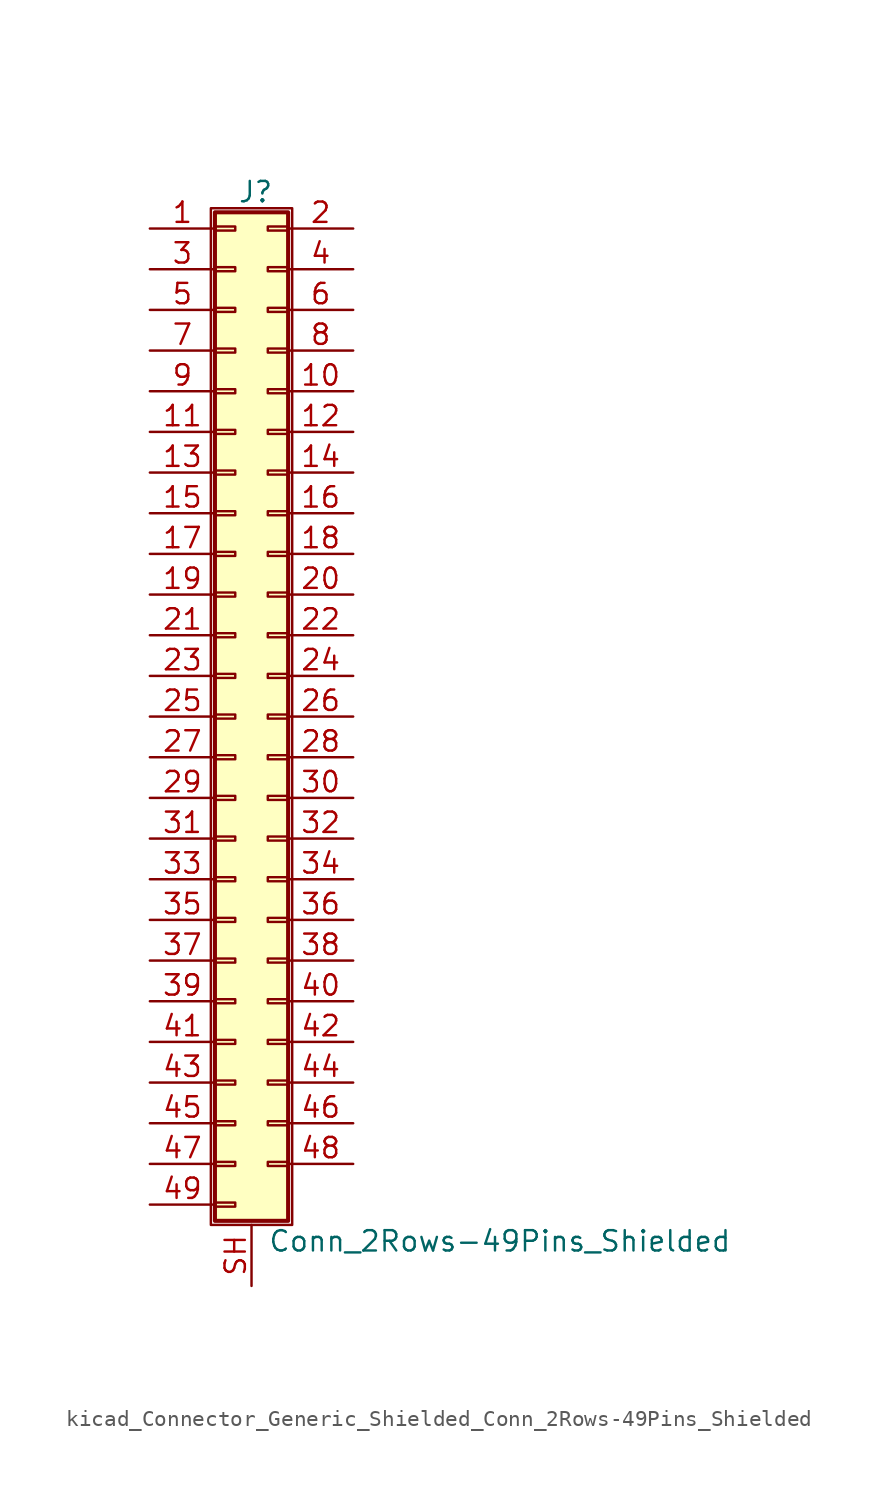
<source format=kicad_sym>
(kicad_symbol_lib
  (version 20220914)
  (generator kicad_symbol_editor)
  (symbol "kicad_Connector_Generic_Shielded_Conn_2Rows-49Pins_Shielded"
    (pin_names
      (offset 1.016) hide)
    (property "Reference" "J"
      (at 1.524 32.766 0)
      (effects (font (size 1.27 1.27))))
    (property "Value" "Conn_2Rows-49Pins_Shielded"
      (at 2.286 -32.766 0)
      (effects (font (size 1.27 1.27)) (justify left)))
    (symbol "kicad_Connector_Generic_Shielded_Conn_2Rows-49Pins_Shielded_1_1"
      (rectangle (start -1.27 31.75) (end 3.81 -31.75) (stroke (width 0.152) (type default)) (fill (type none)))
      (rectangle (start -1.016 -30.353) (end 0.254 -30.607) (stroke (width 0.152) (type default)) (fill (type none)))
      (rectangle (start -1.016 -27.813) (end 0.254 -28.067) (stroke (width 0.152) (type default)) (fill (type none)))
      (rectangle (start -1.016 -25.273) (end 0.254 -25.527) (stroke (width 0.152) (type default)) (fill (type none)))
      (rectangle (start -1.016 -22.733) (end 0.254 -22.987) (stroke (width 0.152) (type default)) (fill (type none)))
      (rectangle (start -1.016 -20.193) (end 0.254 -20.447) (stroke (width 0.152) (type default)) (fill (type none)))
      (rectangle (start -1.016 -17.653) (end 0.254 -17.907) (stroke (width 0.152) (type default)) (fill (type none)))
      (rectangle (start -1.016 -15.113) (end 0.254 -15.367) (stroke (width 0.152) (type default)) (fill (type none)))
      (rectangle (start -1.016 -12.573) (end 0.254 -12.827) (stroke (width 0.152) (type default)) (fill (type none)))
      (rectangle (start -1.016 -10.033) (end 0.254 -10.287) (stroke (width 0.152) (type default)) (fill (type none)))
      (rectangle (start -1.016 -7.493) (end 0.254 -7.747) (stroke (width 0.152) (type default)) (fill (type none)))
      (rectangle (start -1.016 -4.953) (end 0.254 -5.207) (stroke (width 0.152) (type default)) (fill (type none)))
      (rectangle (start -1.016 -2.413) (end 0.254 -2.667) (stroke (width 0.152) (type default)) (fill (type none)))
      (rectangle (start -1.016 0.127) (end 0.254 -0.127) (stroke (width 0.152) (type default)) (fill (type none)))
      (rectangle (start -1.016 2.667) (end 0.254 2.413) (stroke (width 0.152) (type default)) (fill (type none)))
      (rectangle (start -1.016 5.207) (end 0.254 4.953) (stroke (width 0.152) (type default)) (fill (type none)))
      (rectangle (start -1.016 7.747) (end 0.254 7.493) (stroke (width 0.152) (type default)) (fill (type none)))
      (rectangle (start -1.016 10.287) (end 0.254 10.033) (stroke (width 0.152) (type default)) (fill (type none)))
      (rectangle (start -1.016 12.827) (end 0.254 12.573) (stroke (width 0.152) (type default)) (fill (type none)))
      (rectangle (start -1.016 15.367) (end 0.254 15.113) (stroke (width 0.152) (type default)) (fill (type none)))
      (rectangle (start -1.016 17.907) (end 0.254 17.653) (stroke (width 0.152) (type default)) (fill (type none)))
      (rectangle (start -1.016 20.447) (end 0.254 20.193) (stroke (width 0.152) (type default)) (fill (type none)))
      (rectangle (start -1.016 22.987) (end 0.254 22.733) (stroke (width 0.152) (type default)) (fill (type none)))
      (rectangle (start -1.016 25.527) (end 0.254 25.273) (stroke (width 0.152) (type default)) (fill (type none)))
      (rectangle (start -1.016 28.067) (end 0.254 27.813) (stroke (width 0.152) (type default)) (fill (type none)))
      (rectangle (start -1.016 30.607) (end 0.254 30.353) (stroke (width 0.152) (type default)) (fill (type none)))
      (rectangle (start -1.016 31.496) (end 3.556 -31.496) (stroke (width 0.254) (type default)) (fill (type background)))
      (rectangle (start 3.556 -27.813) (end 2.286 -28.067) (stroke (width 0.152) (type default)) (fill (type none)))
      (rectangle (start 3.556 -25.273) (end 2.286 -25.527) (stroke (width 0.152) (type default)) (fill (type none)))
      (rectangle (start 3.556 -22.733) (end 2.286 -22.987) (stroke (width 0.152) (type default)) (fill (type none)))
      (rectangle (start 3.556 -20.193) (end 2.286 -20.447) (stroke (width 0.152) (type default)) (fill (type none)))
      (rectangle (start 3.556 -17.653) (end 2.286 -17.907) (stroke (width 0.152) (type default)) (fill (type none)))
      (rectangle (start 3.556 -15.113) (end 2.286 -15.367) (stroke (width 0.152) (type default)) (fill (type none)))
      (rectangle (start 3.556 -12.573) (end 2.286 -12.827) (stroke (width 0.152) (type default)) (fill (type none)))
      (rectangle (start 3.556 -10.033) (end 2.286 -10.287) (stroke (width 0.152) (type default)) (fill (type none)))
      (rectangle (start 3.556 -7.493) (end 2.286 -7.747) (stroke (width 0.152) (type default)) (fill (type none)))
      (rectangle (start 3.556 -4.953) (end 2.286 -5.207) (stroke (width 0.152) (type default)) (fill (type none)))
      (rectangle (start 3.556 -2.413) (end 2.286 -2.667) (stroke (width 0.152) (type default)) (fill (type none)))
      (rectangle (start 3.556 0.127) (end 2.286 -0.127) (stroke (width 0.152) (type default)) (fill (type none)))
      (rectangle (start 3.556 2.667) (end 2.286 2.413) (stroke (width 0.152) (type default)) (fill (type none)))
      (rectangle (start 3.556 5.207) (end 2.286 4.953) (stroke (width 0.152) (type default)) (fill (type none)))
      (rectangle (start 3.556 7.747) (end 2.286 7.493) (stroke (width 0.152) (type default)) (fill (type none)))
      (rectangle (start 3.556 10.287) (end 2.286 10.033) (stroke (width 0.152) (type default)) (fill (type none)))
      (rectangle (start 3.556 12.827) (end 2.286 12.573) (stroke (width 0.152) (type default)) (fill (type none)))
      (rectangle (start 3.556 15.367) (end 2.286 15.113) (stroke (width 0.152) (type default)) (fill (type none)))
      (rectangle (start 3.556 17.907) (end 2.286 17.653) (stroke (width 0.152) (type default)) (fill (type none)))
      (rectangle (start 3.556 20.447) (end 2.286 20.193) (stroke (width 0.152) (type default)) (fill (type none)))
      (rectangle (start 3.556 22.987) (end 2.286 22.733) (stroke (width 0.152) (type default)) (fill (type none)))
      (rectangle (start 3.556 25.527) (end 2.286 25.273) (stroke (width 0.152) (type default)) (fill (type none)))
      (rectangle (start 3.556 28.067) (end 2.286 27.813) (stroke (width 0.152) (type default)) (fill (type none)))
      (rectangle (start 3.556 30.607) (end 2.286 30.353) (stroke (width 0.152) (type default)) (fill (type none)))
      (pin passive line (at -5.08 30.48 0) (length 4.064) (name "Pin_1" (effects (font (size 1.27 1.27)))) (number "1" (effects (font (size 1.27 1.27)))))
      (pin passive line (at 7.62 20.32 180) (length 4.064) (name "Pin_10" (effects (font (size 1.27 1.27)))) (number "10" (effects (font (size 1.27 1.27)))))
      (pin passive line (at -5.08 17.78 0) (length 4.064) (name "Pin_11" (effects (font (size 1.27 1.27)))) (number "11" (effects (font (size 1.27 1.27)))))
      (pin passive line (at 7.62 17.78 180) (length 4.064) (name "Pin_12" (effects (font (size 1.27 1.27)))) (number "12" (effects (font (size 1.27 1.27)))))
      (pin passive line (at -5.08 15.24 0) (length 4.064) (name "Pin_13" (effects (font (size 1.27 1.27)))) (number "13" (effects (font (size 1.27 1.27)))))
      (pin passive line (at 7.62 15.24 180) (length 4.064) (name "Pin_14" (effects (font (size 1.27 1.27)))) (number "14" (effects (font (size 1.27 1.27)))))
      (pin passive line (at -5.08 12.7 0) (length 4.064) (name "Pin_15" (effects (font (size 1.27 1.27)))) (number "15" (effects (font (size 1.27 1.27)))))
      (pin passive line (at 7.62 12.7 180) (length 4.064) (name "Pin_16" (effects (font (size 1.27 1.27)))) (number "16" (effects (font (size 1.27 1.27)))))
      (pin passive line (at -5.08 10.16 0) (length 4.064) (name "Pin_17" (effects (font (size 1.27 1.27)))) (number "17" (effects (font (size 1.27 1.27)))))
      (pin passive line (at 7.62 10.16 180) (length 4.064) (name "Pin_18" (effects (font (size 1.27 1.27)))) (number "18" (effects (font (size 1.27 1.27)))))
      (pin passive line (at -5.08 7.62 0) (length 4.064) (name "Pin_19" (effects (font (size 1.27 1.27)))) (number "19" (effects (font (size 1.27 1.27)))))
      (pin passive line (at 7.62 30.48 180) (length 4.064) (name "Pin_2" (effects (font (size 1.27 1.27)))) (number "2" (effects (font (size 1.27 1.27)))))
      (pin passive line (at 7.62 7.62 180) (length 4.064) (name "Pin_20" (effects (font (size 1.27 1.27)))) (number "20" (effects (font (size 1.27 1.27)))))
      (pin passive line (at -5.08 5.08 0) (length 4.064) (name "Pin_21" (effects (font (size 1.27 1.27)))) (number "21" (effects (font (size 1.27 1.27)))))
      (pin passive line (at 7.62 5.08 180) (length 4.064) (name "Pin_22" (effects (font (size 1.27 1.27)))) (number "22" (effects (font (size 1.27 1.27)))))
      (pin passive line (at -5.08 2.54 0) (length 4.064) (name "Pin_23" (effects (font (size 1.27 1.27)))) (number "23" (effects (font (size 1.27 1.27)))))
      (pin passive line (at 7.62 2.54 180) (length 4.064) (name "Pin_24" (effects (font (size 1.27 1.27)))) (number "24" (effects (font (size 1.27 1.27)))))
      (pin passive line (at -5.08 0 0) (length 4.064) (name "Pin_25" (effects (font (size 1.27 1.27)))) (number "25" (effects (font (size 1.27 1.27)))))
      (pin passive line (at 7.62 0 180) (length 4.064) (name "Pin_26" (effects (font (size 1.27 1.27)))) (number "26" (effects (font (size 1.27 1.27)))))
      (pin passive line (at -5.08 -2.54 0) (length 4.064) (name "Pin_27" (effects (font (size 1.27 1.27)))) (number "27" (effects (font (size 1.27 1.27)))))
      (pin passive line (at 7.62 -2.54 180) (length 4.064) (name "Pin_28" (effects (font (size 1.27 1.27)))) (number "28" (effects (font (size 1.27 1.27)))))
      (pin passive line (at -5.08 -5.08 0) (length 4.064) (name "Pin_29" (effects (font (size 1.27 1.27)))) (number "29" (effects (font (size 1.27 1.27)))))
      (pin passive line (at -5.08 27.94 0) (length 4.064) (name "Pin_3" (effects (font (size 1.27 1.27)))) (number "3" (effects (font (size 1.27 1.27)))))
      (pin passive line (at 7.62 -5.08 180) (length 4.064) (name "Pin_30" (effects (font (size 1.27 1.27)))) (number "30" (effects (font (size 1.27 1.27)))))
      (pin passive line (at -5.08 -7.62 0) (length 4.064) (name "Pin_31" (effects (font (size 1.27 1.27)))) (number "31" (effects (font (size 1.27 1.27)))))
      (pin passive line (at 7.62 -7.62 180) (length 4.064) (name "Pin_32" (effects (font (size 1.27 1.27)))) (number "32" (effects (font (size 1.27 1.27)))))
      (pin passive line (at -5.08 -10.16 0) (length 4.064) (name "Pin_33" (effects (font (size 1.27 1.27)))) (number "33" (effects (font (size 1.27 1.27)))))
      (pin passive line (at 7.62 -10.16 180) (length 4.064) (name "Pin_34" (effects (font (size 1.27 1.27)))) (number "34" (effects (font (size 1.27 1.27)))))
      (pin passive line (at -5.08 -12.7 0) (length 4.064) (name "Pin_35" (effects (font (size 1.27 1.27)))) (number "35" (effects (font (size 1.27 1.27)))))
      (pin passive line (at 7.62 -12.7 180) (length 4.064) (name "Pin_36" (effects (font (size 1.27 1.27)))) (number "36" (effects (font (size 1.27 1.27)))))
      (pin passive line (at -5.08 -15.24 0) (length 4.064) (name "Pin_37" (effects (font (size 1.27 1.27)))) (number "37" (effects (font (size 1.27 1.27)))))
      (pin passive line (at 7.62 -15.24 180) (length 4.064) (name "Pin_38" (effects (font (size 1.27 1.27)))) (number "38" (effects (font (size 1.27 1.27)))))
      (pin passive line (at -5.08 -17.78 0) (length 4.064) (name "Pin_39" (effects (font (size 1.27 1.27)))) (number "39" (effects (font (size 1.27 1.27)))))
      (pin passive line (at 7.62 27.94 180) (length 4.064) (name "Pin_4" (effects (font (size 1.27 1.27)))) (number "4" (effects (font (size 1.27 1.27)))))
      (pin passive line (at 7.62 -17.78 180) (length 4.064) (name "Pin_40" (effects (font (size 1.27 1.27)))) (number "40" (effects (font (size 1.27 1.27)))))
      (pin passive line (at -5.08 -20.32 0) (length 4.064) (name "Pin_41" (effects (font (size 1.27 1.27)))) (number "41" (effects (font (size 1.27 1.27)))))
      (pin passive line (at 7.62 -20.32 180) (length 4.064) (name "Pin_42" (effects (font (size 1.27 1.27)))) (number "42" (effects (font (size 1.27 1.27)))))
      (pin passive line (at -5.08 -22.86 0) (length 4.064) (name "Pin_43" (effects (font (size 1.27 1.27)))) (number "43" (effects (font (size 1.27 1.27)))))
      (pin passive line (at 7.62 -22.86 180) (length 4.064) (name "Pin_44" (effects (font (size 1.27 1.27)))) (number "44" (effects (font (size 1.27 1.27)))))
      (pin passive line (at -5.08 -25.4 0) (length 4.064) (name "Pin_45" (effects (font (size 1.27 1.27)))) (number "45" (effects (font (size 1.27 1.27)))))
      (pin passive line (at 7.62 -25.4 180) (length 4.064) (name "Pin_46" (effects (font (size 1.27 1.27)))) (number "46" (effects (font (size 1.27 1.27)))))
      (pin passive line (at -5.08 -27.94 0) (length 4.064) (name "Pin_47" (effects (font (size 1.27 1.27)))) (number "47" (effects (font (size 1.27 1.27)))))
      (pin passive line (at 7.62 -27.94 180) (length 4.064) (name "Pin_48" (effects (font (size 1.27 1.27)))) (number "48" (effects (font (size 1.27 1.27)))))
      (pin passive line (at -5.08 -30.48 0) (length 4.064) (name "Pin_49" (effects (font (size 1.27 1.27)))) (number "49" (effects (font (size 1.27 1.27)))))
      (pin passive line (at -5.08 25.4 0) (length 4.064) (name "Pin_5" (effects (font (size 1.27 1.27)))) (number "5" (effects (font (size 1.27 1.27)))))
      (pin passive line (at 7.62 25.4 180) (length 4.064) (name "Pin_6" (effects (font (size 1.27 1.27)))) (number "6" (effects (font (size 1.27 1.27)))))
      (pin passive line (at -5.08 22.86 0) (length 4.064) (name "Pin_7" (effects (font (size 1.27 1.27)))) (number "7" (effects (font (size 1.27 1.27)))))
      (pin passive line (at 7.62 22.86 180) (length 4.064) (name "Pin_8" (effects (font (size 1.27 1.27)))) (number "8" (effects (font (size 1.27 1.27)))))
      (pin passive line (at -5.08 20.32 0) (length 4.064) (name "Pin_9" (effects (font (size 1.27 1.27)))) (number "9" (effects (font (size 1.27 1.27)))))
      (pin passive line (at 1.27 -35.56 90) (length 3.81) (name "Shield" (effects (font (size 1.27 1.27)))) (number "SH" (effects (font (size 1.27 1.27))))))))
</source>
